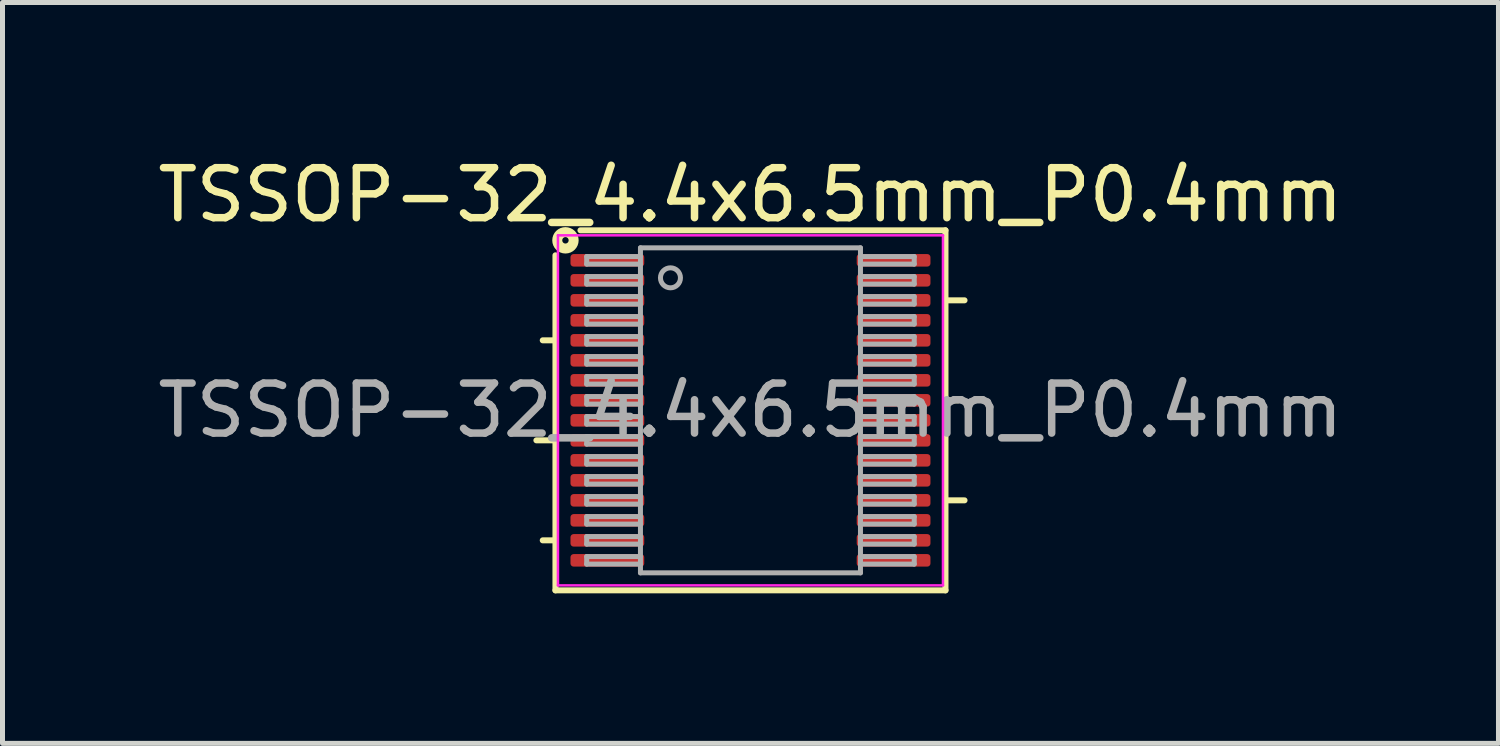
<source format=kicad_pcb>
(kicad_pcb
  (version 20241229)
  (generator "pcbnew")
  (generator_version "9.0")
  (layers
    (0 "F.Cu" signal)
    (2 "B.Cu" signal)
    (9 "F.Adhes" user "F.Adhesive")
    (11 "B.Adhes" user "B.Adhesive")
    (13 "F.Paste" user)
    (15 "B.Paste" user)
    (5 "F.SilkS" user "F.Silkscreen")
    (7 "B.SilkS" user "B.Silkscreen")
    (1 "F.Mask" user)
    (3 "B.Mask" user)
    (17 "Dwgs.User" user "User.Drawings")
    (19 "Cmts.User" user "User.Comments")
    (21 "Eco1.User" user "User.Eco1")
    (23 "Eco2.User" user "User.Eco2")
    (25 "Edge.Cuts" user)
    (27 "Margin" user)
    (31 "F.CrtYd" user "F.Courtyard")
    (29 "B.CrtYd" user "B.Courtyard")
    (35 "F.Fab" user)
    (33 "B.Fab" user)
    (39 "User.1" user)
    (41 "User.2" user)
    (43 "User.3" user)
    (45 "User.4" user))
  (footprint "TSSOP-32_4.4x6.5mm_P0.4mm"
    (layer "F.Cu")
    (at 11.958 5.156)
    (property "Reference" "TSSOP-32_4.4x6.5mm_P0.4mm" (at 0 -4.308 0) (layer "F.SilkS") (effects (font (size 1 1) (thickness 0.15))))
    (attr smd)
    (fp_line (start -4.281 0.6) (end -3.9 0.6) (stroke (width 0.12) (type solid)) (layer "F.SilkS"))
    (fp_line (start -4.154 -1.4) (end -3.9 -1.4) (stroke (width 0.12) (type solid)) (layer "F.SilkS"))
    (fp_line (start -4.154 2.6) (end -3.9 2.6) (stroke (width 0.12) (type solid)) (layer "F.SilkS"))
    (fp_line (start -3.9 -3.1) (end -3.9 3.6) (stroke (width 0.12) (type solid)) (layer "F.SilkS"))
    (fp_line (start -3.9 3.6) (end 3.9 3.6) (stroke (width 0.12) (type solid)) (layer "F.SilkS"))
    (fp_line (start 3.9 -3.6) (end -3.4 -3.6) (stroke (width 0.12) (type solid)) (layer "F.SilkS"))
    (fp_line (start 3.9 -2.2) (end 4.281 -2.2) (stroke (width 0.12) (type solid)) (layer "F.SilkS"))
    (fp_line (start 3.9 -0.2) (end 4.154 -0.2) (stroke (width 0.12) (type solid)) (layer "F.SilkS"))
    (fp_line (start 3.9 1.8) (end 4.281 1.8) (stroke (width 0.12) (type solid)) (layer "F.SilkS"))
    (fp_line (start 3.9 3.6) (end 3.9 -3.6) (stroke (width 0.12) (type solid)) (layer "F.SilkS"))
    (fp_circle (center -3.7 -3.4) (end -3.636 -3.4) (stroke (width 0.2) (type solid)) (fill no) (layer "F.SilkS"))
    (fp_line (start -3.85 -3.5) (end -3.85 3.5) (stroke (width 0.05) (type solid)) (layer "F.CrtYd"))
    (fp_line (start -3.85 3.5) (end 3.85 3.5) (stroke (width 0.05) (type solid)) (layer "F.CrtYd"))
    (fp_line (start 3.85 -3.5) (end -3.85 -3.5) (stroke (width 0.05) (type solid)) (layer "F.CrtYd"))
    (fp_line (start 3.85 3.5) (end 3.85 -3.5) (stroke (width 0.05) (type solid)) (layer "F.CrtYd"))
    (fp_line (start -3.275 -3.075) (end -3.275 -2.925) (stroke (width 0.1) (type solid)) (layer "F.Fab"))
    (fp_line (start -3.275 -3.075) (end -2.2 -3.075) (stroke (width 0.1) (type solid)) (layer "F.Fab"))
    (fp_line (start -3.275 -2.925) (end -2.2 -2.925) (stroke (width 0.1) (type solid)) (layer "F.Fab"))
    (fp_line (start -3.275 -2.675) (end -3.275 -2.525) (stroke (width 0.1) (type solid)) (layer "F.Fab"))
    (fp_line (start -3.275 -2.675) (end -2.2 -2.675) (stroke (width 0.1) (type solid)) (layer "F.Fab"))
    (fp_line (start -3.275 -2.525) (end -2.2 -2.525) (stroke (width 0.1) (type solid)) (layer "F.Fab"))
    (fp_line (start -3.275 -2.275) (end -3.275 -2.125) (stroke (width 0.1) (type solid)) (layer "F.Fab"))
    (fp_line (start -3.275 -2.275) (end -2.2 -2.275) (stroke (width 0.1) (type solid)) (layer "F.Fab"))
    (fp_line (start -3.275 -2.125) (end -2.2 -2.125) (stroke (width 0.1) (type solid)) (layer "F.Fab"))
    (fp_line (start -3.275 -1.875) (end -3.275 -1.725) (stroke (width 0.1) (type solid)) (layer "F.Fab"))
    (fp_line (start -3.275 -1.875) (end -2.2 -1.875) (stroke (width 0.1) (type solid)) (layer "F.Fab"))
    (fp_line (start -3.275 -1.725) (end -2.2 -1.725) (stroke (width 0.1) (type solid)) (layer "F.Fab"))
    (fp_line (start -3.275 -1.475) (end -3.275 -1.325) (stroke (width 0.1) (type solid)) (layer "F.Fab"))
    (fp_line (start -3.275 -1.475) (end -2.2 -1.475) (stroke (width 0.1) (type solid)) (layer "F.Fab"))
    (fp_line (start -3.275 -1.325) (end -2.2 -1.325) (stroke (width 0.1) (type solid)) (layer "F.Fab"))
    (fp_line (start -3.275 -1.075) (end -3.275 -0.925) (stroke (width 0.1) (type solid)) (layer "F.Fab"))
    (fp_line (start -3.275 -1.075) (end -2.2 -1.075) (stroke (width 0.1) (type solid)) (layer "F.Fab"))
    (fp_line (start -3.275 -0.925) (end -2.2 -0.925) (stroke (width 0.1) (type solid)) (layer "F.Fab"))
    (fp_line (start -3.275 -0.675) (end -3.275 -0.525) (stroke (width 0.1) (type solid)) (layer "F.Fab"))
    (fp_line (start -3.275 -0.675) (end -2.2 -0.675) (stroke (width 0.1) (type solid)) (layer "F.Fab"))
    (fp_line (start -3.275 -0.525) (end -2.2 -0.525) (stroke (width 0.1) (type solid)) (layer "F.Fab"))
    (fp_line (start -3.275 -0.275) (end -3.275 -0.125) (stroke (width 0.1) (type solid)) (layer "F.Fab"))
    (fp_line (start -3.275 -0.275) (end -2.2 -0.275) (stroke (width 0.1) (type solid)) (layer "F.Fab"))
    (fp_line (start -3.275 -0.125) (end -2.2 -0.125) (stroke (width 0.1) (type solid)) (layer "F.Fab"))
    (fp_line (start -3.275 0.125) (end -3.275 0.275) (stroke (width 0.1) (type solid)) (layer "F.Fab"))
    (fp_line (start -3.275 0.125) (end -2.2 0.125) (stroke (width 0.1) (type solid)) (layer "F.Fab"))
    (fp_line (start -3.275 0.275) (end -2.2 0.275) (stroke (width 0.1) (type solid)) (layer "F.Fab"))
    (fp_line (start -3.275 0.525) (end -3.275 0.675) (stroke (width 0.1) (type solid)) (layer "F.Fab"))
    (fp_line (start -3.275 0.525) (end -2.2 0.525) (stroke (width 0.1) (type solid)) (layer "F.Fab"))
    (fp_line (start -3.275 0.675) (end -2.2 0.675) (stroke (width 0.1) (type solid)) (layer "F.Fab"))
    (fp_line (start -3.275 0.925) (end -3.275 1.075) (stroke (width 0.1) (type solid)) (layer "F.Fab"))
    (fp_line (start -3.275 0.925) (end -2.2 0.925) (stroke (width 0.1) (type solid)) (layer "F.Fab"))
    (fp_line (start -3.275 1.075) (end -2.2 1.075) (stroke (width 0.1) (type solid)) (layer "F.Fab"))
    (fp_line (start -3.275 1.325) (end -3.275 1.475) (stroke (width 0.1) (type solid)) (layer "F.Fab"))
    (fp_line (start -3.275 1.325) (end -2.2 1.325) (stroke (width 0.1) (type solid)) (layer "F.Fab"))
    (fp_line (start -3.275 1.475) (end -2.2 1.475) (stroke (width 0.1) (type solid)) (layer "F.Fab"))
    (fp_line (start -3.275 1.725) (end -3.275 1.875) (stroke (width 0.1) (type solid)) (layer "F.Fab"))
    (fp_line (start -3.275 1.725) (end -2.2 1.725) (stroke (width 0.1) (type solid)) (layer "F.Fab"))
    (fp_line (start -3.275 1.875) (end -2.2 1.875) (stroke (width 0.1) (type solid)) (layer "F.Fab"))
    (fp_line (start -3.275 2.125) (end -3.275 2.275) (stroke (width 0.1) (type solid)) (layer "F.Fab"))
    (fp_line (start -3.275 2.125) (end -2.2 2.125) (stroke (width 0.1) (type solid)) (layer "F.Fab"))
    (fp_line (start -3.275 2.275) (end -2.2 2.275) (stroke (width 0.1) (type solid)) (layer "F.Fab"))
    (fp_line (start -3.275 2.525) (end -3.275 2.675) (stroke (width 0.1) (type solid)) (layer "F.Fab"))
    (fp_line (start -3.275 2.525) (end -2.2 2.525) (stroke (width 0.1) (type solid)) (layer "F.Fab"))
    (fp_line (start -3.275 2.675) (end -2.2 2.675) (stroke (width 0.1) (type solid)) (layer "F.Fab"))
    (fp_line (start -3.275 2.925) (end -3.275 3.075) (stroke (width 0.1) (type solid)) (layer "F.Fab"))
    (fp_line (start -3.275 2.925) (end -2.2 2.925) (stroke (width 0.1) (type solid)) (layer "F.Fab"))
    (fp_line (start -3.275 3.075) (end -2.2 3.075) (stroke (width 0.1) (type solid)) (layer "F.Fab"))
    (fp_line (start -2.2 -3.25) (end 2.2 -3.25) (stroke (width 0.1) (type solid)) (layer "F.Fab"))
    (fp_line (start -2.2 3.25) (end -2.2 -3.25) (stroke (width 0.1) (type solid)) (layer "F.Fab"))
    (fp_line (start 2.2 -3.25) (end 2.2 3.25) (stroke (width 0.1) (type solid)) (layer "F.Fab"))
    (fp_line (start 2.2 3.25) (end -2.2 3.25) (stroke (width 0.1) (type solid)) (layer "F.Fab"))
    (fp_line (start 3.275 -3.075) (end 2.2 -3.075) (stroke (width 0.1) (type solid)) (layer "F.Fab"))
    (fp_line (start 3.275 -2.925) (end 2.2 -2.925) (stroke (width 0.1) (type solid)) (layer "F.Fab"))
    (fp_line (start 3.275 -2.925) (end 3.275 -3.075) (stroke (width 0.1) (type solid)) (layer "F.Fab"))
    (fp_line (start 3.275 -2.675) (end 2.2 -2.675) (stroke (width 0.1) (type solid)) (layer "F.Fab"))
    (fp_line (start 3.275 -2.525) (end 2.2 -2.525) (stroke (width 0.1) (type solid)) (layer "F.Fab"))
    (fp_line (start 3.275 -2.525) (end 3.275 -2.675) (stroke (width 0.1) (type solid)) (layer "F.Fab"))
    (fp_line (start 3.275 -2.275) (end 2.2 -2.275) (stroke (width 0.1) (type solid)) (layer "F.Fab"))
    (fp_line (start 3.275 -2.125) (end 2.2 -2.125) (stroke (width 0.1) (type solid)) (layer "F.Fab"))
    (fp_line (start 3.275 -2.125) (end 3.275 -2.275) (stroke (width 0.1) (type solid)) (layer "F.Fab"))
    (fp_line (start 3.275 -1.875) (end 2.2 -1.875) (stroke (width 0.1) (type solid)) (layer "F.Fab"))
    (fp_line (start 3.275 -1.725) (end 2.2 -1.725) (stroke (width 0.1) (type solid)) (layer "F.Fab"))
    (fp_line (start 3.275 -1.725) (end 3.275 -1.875) (stroke (width 0.1) (type solid)) (layer "F.Fab"))
    (fp_line (start 3.275 -1.475) (end 2.2 -1.475) (stroke (width 0.1) (type solid)) (layer "F.Fab"))
    (fp_line (start 3.275 -1.325) (end 2.2 -1.325) (stroke (width 0.1) (type solid)) (layer "F.Fab"))
    (fp_line (start 3.275 -1.325) (end 3.275 -1.475) (stroke (width 0.1) (type solid)) (layer "F.Fab"))
    (fp_line (start 3.275 -1.075) (end 2.2 -1.075) (stroke (width 0.1) (type solid)) (layer "F.Fab"))
    (fp_line (start 3.275 -0.925) (end 2.2 -0.925) (stroke (width 0.1) (type solid)) (layer "F.Fab"))
    (fp_line (start 3.275 -0.925) (end 3.275 -1.075) (stroke (width 0.1) (type solid)) (layer "F.Fab"))
    (fp_line (start 3.275 -0.675) (end 2.2 -0.675) (stroke (width 0.1) (type solid)) (layer "F.Fab"))
    (fp_line (start 3.275 -0.525) (end 2.2 -0.525) (stroke (width 0.1) (type solid)) (layer "F.Fab"))
    (fp_line (start 3.275 -0.525) (end 3.275 -0.675) (stroke (width 0.1) (type solid)) (layer "F.Fab"))
    (fp_line (start 3.275 -0.275) (end 2.2 -0.275) (stroke (width 0.1) (type solid)) (layer "F.Fab"))
    (fp_line (start 3.275 -0.125) (end 2.2 -0.125) (stroke (width 0.1) (type solid)) (layer "F.Fab"))
    (fp_line (start 3.275 -0.125) (end 3.275 -0.275) (stroke (width 0.1) (type solid)) (layer "F.Fab"))
    (fp_line (start 3.275 0.125) (end 2.2 0.125) (stroke (width 0.1) (type solid)) (layer "F.Fab"))
    (fp_line (start 3.275 0.275) (end 2.2 0.275) (stroke (width 0.1) (type solid)) (layer "F.Fab"))
    (fp_line (start 3.275 0.275) (end 3.275 0.125) (stroke (width 0.1) (type solid)) (layer "F.Fab"))
    (fp_line (start 3.275 0.525) (end 2.2 0.525) (stroke (width 0.1) (type solid)) (layer "F.Fab"))
    (fp_line (start 3.275 0.675) (end 2.2 0.675) (stroke (width 0.1) (type solid)) (layer "F.Fab"))
    (fp_line (start 3.275 0.675) (end 3.275 0.525) (stroke (width 0.1) (type solid)) (layer "F.Fab"))
    (fp_line (start 3.275 0.925) (end 2.2 0.925) (stroke (width 0.1) (type solid)) (layer "F.Fab"))
    (fp_line (start 3.275 1.075) (end 2.2 1.075) (stroke (width 0.1) (type solid)) (layer "F.Fab"))
    (fp_line (start 3.275 1.075) (end 3.275 0.925) (stroke (width 0.1) (type solid)) (layer "F.Fab"))
    (fp_line (start 3.275 1.325) (end 2.2 1.325) (stroke (width 0.1) (type solid)) (layer "F.Fab"))
    (fp_line (start 3.275 1.475) (end 2.2 1.475) (stroke (width 0.1) (type solid)) (layer "F.Fab"))
    (fp_line (start 3.275 1.475) (end 3.275 1.325) (stroke (width 0.1) (type solid)) (layer "F.Fab"))
    (fp_line (start 3.275 1.725) (end 2.2 1.725) (stroke (width 0.1) (type solid)) (layer "F.Fab"))
    (fp_line (start 3.275 1.875) (end 2.2 1.875) (stroke (width 0.1) (type solid)) (layer "F.Fab"))
    (fp_line (start 3.275 1.875) (end 3.275 1.725) (stroke (width 0.1) (type solid)) (layer "F.Fab"))
    (fp_line (start 3.275 2.125) (end 2.2 2.125) (stroke (width 0.1) (type solid)) (layer "F.Fab"))
    (fp_line (start 3.275 2.275) (end 2.2 2.275) (stroke (width 0.1) (type solid)) (layer "F.Fab"))
    (fp_line (start 3.275 2.275) (end 3.275 2.125) (stroke (width 0.1) (type solid)) (layer "F.Fab"))
    (fp_line (start 3.275 2.525) (end 2.2 2.525) (stroke (width 0.1) (type solid)) (layer "F.Fab"))
    (fp_line (start 3.275 2.675) (end 2.2 2.675) (stroke (width 0.1) (type solid)) (layer "F.Fab"))
    (fp_line (start 3.275 2.675) (end 3.275 2.525) (stroke (width 0.1) (type solid)) (layer "F.Fab"))
    (fp_line (start 3.275 2.925) (end 2.2 2.925) (stroke (width 0.1) (type solid)) (layer "F.Fab"))
    (fp_line (start 3.275 3.075) (end 2.2 3.075) (stroke (width 0.1) (type solid)) (layer "F.Fab"))
    (fp_line (start 3.275 3.075) (end 3.275 2.925) (stroke (width 0.1) (type solid)) (layer "F.Fab"))
    (fp_circle (center -1.6 -2.65) (end -1.4 -2.65) (stroke (width 0.1) (type solid)) (fill no) (layer "F.Fab"))
    (fp_text user "${REFERENCE}" (at 0 0 0) (layer "F.Fab") (effects (font (size 1 1) (thickness 0.15))))
    (pad "1" smd roundrect (at -2.862 -3) (size 1.475 0.25) (layers "F.Cu" "F.Mask" "F.Paste") (roundrect_rratio 0.25))
    (pad "2" smd roundrect (at -2.862 -2.6) (size 1.475 0.25) (layers "F.Cu" "F.Mask" "F.Paste") (roundrect_rratio 0.25))
    (pad "3" smd roundrect (at -2.862 -2.2) (size 1.475 0.25) (layers "F.Cu" "F.Mask" "F.Paste") (roundrect_rratio 0.25))
    (pad "4" smd roundrect (at -2.862 -1.8) (size 1.475 0.25) (layers "F.Cu" "F.Mask" "F.Paste") (roundrect_rratio 0.25))
    (pad "5" smd roundrect (at -2.862 -1.4) (size 1.475 0.25) (layers "F.Cu" "F.Mask" "F.Paste") (roundrect_rratio 0.25))
    (pad "6" smd roundrect (at -2.862 -1) (size 1.475 0.25) (layers "F.Cu" "F.Mask" "F.Paste") (roundrect_rratio 0.25))
    (pad "7" smd roundrect (at -2.862 -0.6) (size 1.475 0.25) (layers "F.Cu" "F.Mask" "F.Paste") (roundrect_rratio 0.25))
    (pad "8" smd roundrect (at -2.862 -0.2) (size 1.475 0.25) (layers "F.Cu" "F.Mask" "F.Paste") (roundrect_rratio 0.25))
    (pad "9" smd roundrect (at -2.862 0.2) (size 1.475 0.25) (layers "F.Cu" "F.Mask" "F.Paste") (roundrect_rratio 0.25))
    (pad "10" smd roundrect (at -2.862 0.6) (size 1.475 0.25) (layers "F.Cu" "F.Mask" "F.Paste") (roundrect_rratio 0.25))
    (pad "11" smd roundrect (at -2.862 1) (size 1.475 0.25) (layers "F.Cu" "F.Mask" "F.Paste") (roundrect_rratio 0.25))
    (pad "12" smd roundrect (at -2.862 1.4) (size 1.475 0.25) (layers "F.Cu" "F.Mask" "F.Paste") (roundrect_rratio 0.25))
    (pad "13" smd roundrect (at -2.862 1.8) (size 1.475 0.25) (layers "F.Cu" "F.Mask" "F.Paste") (roundrect_rratio 0.25))
    (pad "14" smd roundrect (at -2.862 2.2) (size 1.475 0.25) (layers "F.Cu" "F.Mask" "F.Paste") (roundrect_rratio 0.25))
    (pad "15" smd roundrect (at -2.862 2.6) (size 1.475 0.25) (layers "F.Cu" "F.Mask" "F.Paste") (roundrect_rratio 0.25))
    (pad "16" smd roundrect (at -2.862 3) (size 1.475 0.25) (layers "F.Cu" "F.Mask" "F.Paste") (roundrect_rratio 0.25))
    (pad "17" smd roundrect (at 2.862 3) (size 1.475 0.25) (layers "F.Cu" "F.Mask" "F.Paste") (roundrect_rratio 0.25))
    (pad "18" smd roundrect (at 2.862 2.6) (size 1.475 0.25) (layers "F.Cu" "F.Mask" "F.Paste") (roundrect_rratio 0.25))
    (pad "19" smd roundrect (at 2.862 2.2) (size 1.475 0.25) (layers "F.Cu" "F.Mask" "F.Paste") (roundrect_rratio 0.25))
    (pad "20" smd roundrect (at 2.862 1.8) (size 1.475 0.25) (layers "F.Cu" "F.Mask" "F.Paste") (roundrect_rratio 0.25))
    (pad "21" smd roundrect (at 2.862 1.4) (size 1.475 0.25) (layers "F.Cu" "F.Mask" "F.Paste") (roundrect_rratio 0.25))
    (pad "22" smd roundrect (at 2.862 1) (size 1.475 0.25) (layers "F.Cu" "F.Mask" "F.Paste") (roundrect_rratio 0.25))
    (pad "23" smd roundrect (at 2.862 0.6) (size 1.475 0.25) (layers "F.Cu" "F.Mask" "F.Paste") (roundrect_rratio 0.25))
    (pad "24" smd roundrect (at 2.862 0.2) (size 1.475 0.25) (layers "F.Cu" "F.Mask" "F.Paste") (roundrect_rratio 0.25))
    (pad "25" smd roundrect (at 2.862 -0.2) (size 1.475 0.25) (layers "F.Cu" "F.Mask" "F.Paste") (roundrect_rratio 0.25))
    (pad "26" smd roundrect (at 2.862 -0.6) (size 1.475 0.25) (layers "F.Cu" "F.Mask" "F.Paste") (roundrect_rratio 0.25))
    (pad "27" smd roundrect (at 2.862 -1) (size 1.475 0.25) (layers "F.Cu" "F.Mask" "F.Paste") (roundrect_rratio 0.25))
    (pad "28" smd roundrect (at 2.862 -1.4) (size 1.475 0.25) (layers "F.Cu" "F.Mask" "F.Paste") (roundrect_rratio 0.25))
    (pad "29" smd roundrect (at 2.862 -1.8) (size 1.475 0.25) (layers "F.Cu" "F.Mask" "F.Paste") (roundrect_rratio 0.25))
    (pad "30" smd roundrect (at 2.862 -2.2) (size 1.475 0.25) (layers "F.Cu" "F.Mask" "F.Paste") (roundrect_rratio 0.25))
    (pad "31" smd roundrect (at 2.862 -2.6) (size 1.475 0.25) (layers "F.Cu" "F.Mask" "F.Paste") (roundrect_rratio 0.25))
    (pad "32" smd roundrect (at 2.862 -3) (size 1.475 0.25) (layers "F.Cu" "F.Mask" "F.Paste") (roundrect_rratio 0.25)))
  (gr_rect
    (start -3 -3)
    (end 26.917 11.816)
    (stroke (width 0.1) (type default))
    (fill no)
    (layer "Edge.Cuts")))
</source>
